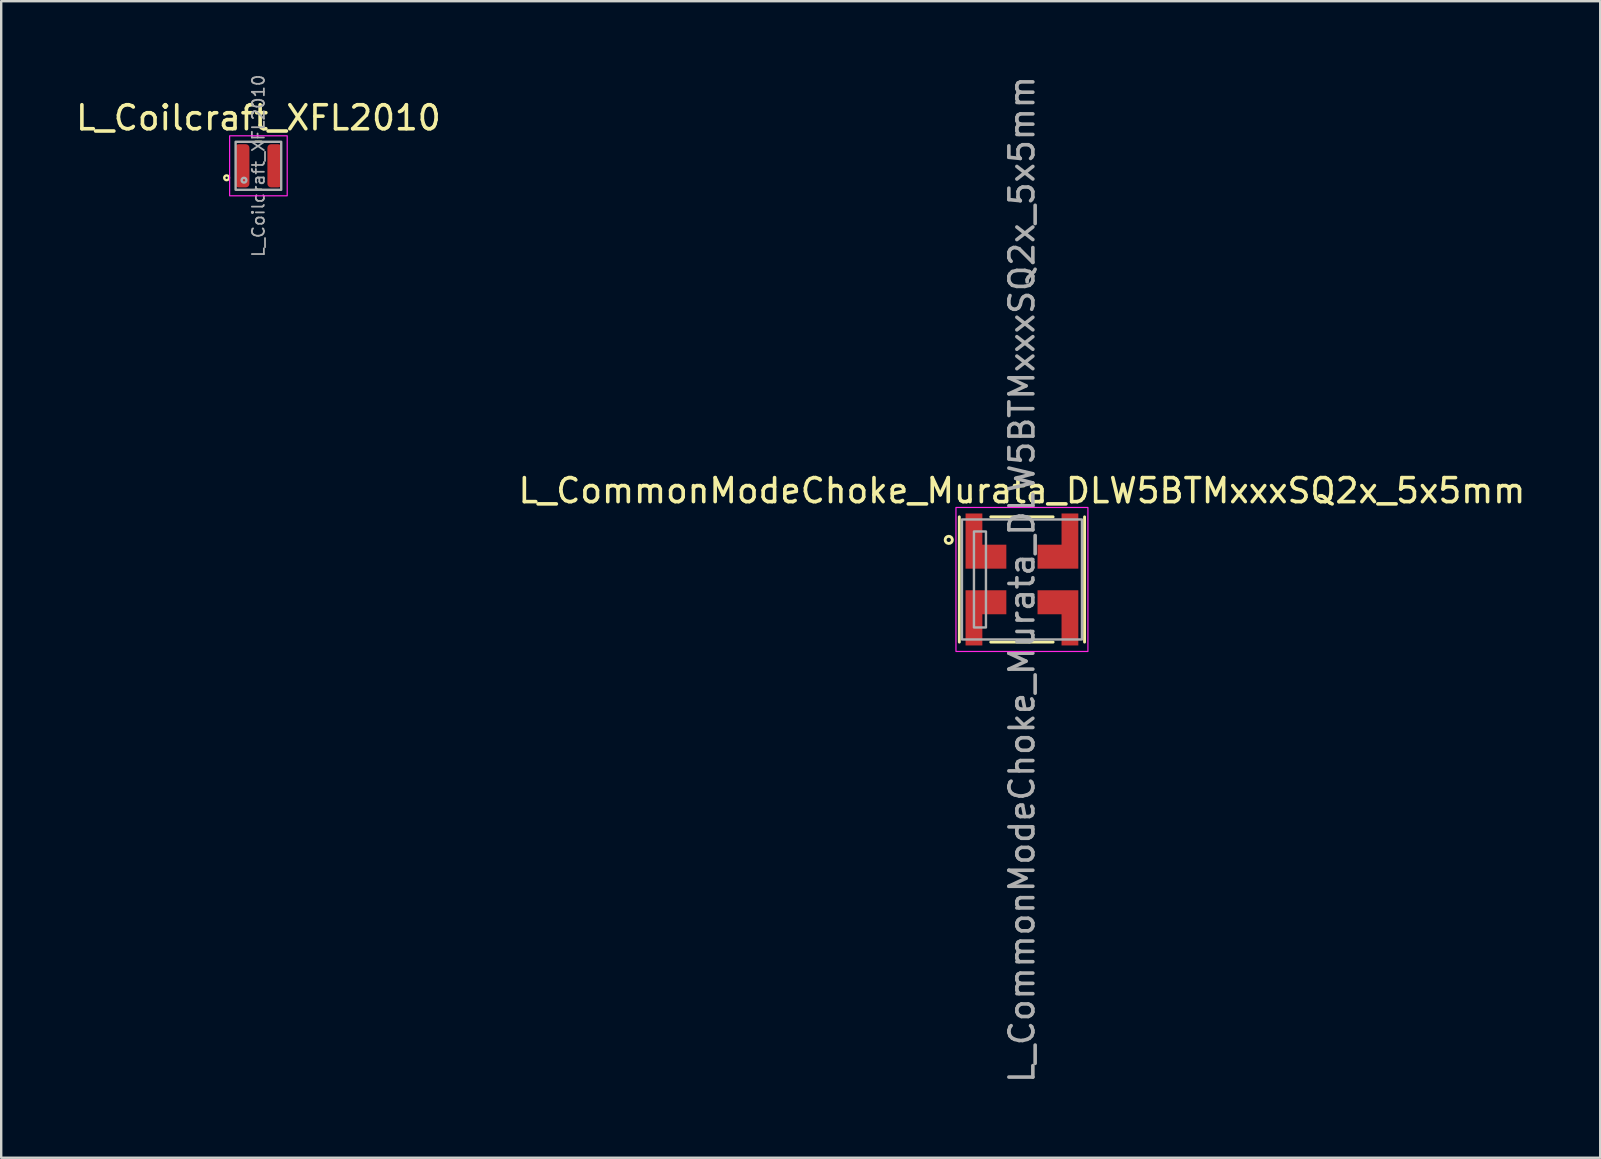
<source format=kicad_pcb>
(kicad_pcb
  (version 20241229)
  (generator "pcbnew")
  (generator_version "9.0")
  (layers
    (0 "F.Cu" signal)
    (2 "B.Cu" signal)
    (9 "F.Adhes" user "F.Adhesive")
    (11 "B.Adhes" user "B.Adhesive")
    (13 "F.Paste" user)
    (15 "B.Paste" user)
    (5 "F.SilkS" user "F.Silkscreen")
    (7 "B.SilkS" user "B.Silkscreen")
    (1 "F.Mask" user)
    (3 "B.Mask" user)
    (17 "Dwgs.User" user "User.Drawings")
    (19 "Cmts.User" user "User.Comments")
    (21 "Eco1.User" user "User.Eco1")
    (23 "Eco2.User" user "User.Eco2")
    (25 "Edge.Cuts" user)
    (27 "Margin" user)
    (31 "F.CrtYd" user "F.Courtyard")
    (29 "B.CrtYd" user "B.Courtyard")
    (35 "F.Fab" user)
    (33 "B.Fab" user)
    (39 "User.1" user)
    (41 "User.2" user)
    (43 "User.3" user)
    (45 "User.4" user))
  (footprint "L_CommonModeChoke_Murata_DLW5BTMxxxSQ2x_5x5mm"
    (layer "F.Cu")
    (at 39.542 21.101)
    (property "Reference" "L_CommonModeChoke_Murata_DLW5BTMxxxSQ2x_5x5mm" (at 0 -3.7 0) (layer "F.SilkS") (effects (font (size 1 1) (thickness 0.15))))
    (attr smd)
    (fp_line (start -2.61 -2.61) (end -2.61 2.61) (stroke (width 0.12) (type solid)) (layer "F.SilkS"))
    (fp_line (start -1.3 -2.61) (end 1.3 -2.61) (stroke (width 0.12) (type solid)) (layer "F.SilkS"))
    (fp_line (start -1.3 2.61) (end 1.3 2.61) (stroke (width 0.12) (type solid)) (layer "F.SilkS"))
    (fp_line (start 2.61 -2.61) (end 2.61 2.61) (stroke (width 0.12) (type solid)) (layer "F.SilkS"))
    (fp_circle (center -3.05 -1.65) (end -3.05 -1.5) (stroke (width 0.12) (type solid)) (fill no) (layer "F.SilkS"))
    (fp_rect (start -2.75 -3) (end 2.75 3) (stroke (width 0.05) (type default)) (fill no) (layer "F.CrtYd"))
    (fp_rect (start -2.5 -2.5) (end 2.5 2.5) (stroke (width 0.1) (type default)) (fill no) (layer "F.Fab"))
    (fp_rect (start -2 -2) (end -1.5 2) (stroke (width 0.1) (type default)) (fill no) (layer "F.Fab"))
    (fp_text user "${REFERENCE}" (at 0 0 90) (layer "F.Fab") (effects (font (size 1 1) (thickness 0.15))))
    (pad "1" smd custom (at -1.5 -0.95 270) (size 1 1.7) (layers "F.Cu" "F.Mask" "F.Paste") (options (anchor rect)) (primitives (gr_poly (pts (xy -1.8 0.85) (xy 0.5 0.85) (xy 0.5 -0.85) (xy -0.5 -0.85) (xy -0.5 0.15) (xy -1.8 0.15)) (width 0) (fill yes))))
    (pad "2" smd custom (at -1.5 0.95 270) (size 1 1.7) (layers "F.Cu" "F.Mask" "F.Paste") (options (anchor rect)) (primitives (gr_poly (pts (xy 1.8 0.85) (xy -0.5 0.85) (xy -0.5 -0.85) (xy 0.5 -0.85) (xy 0.5 0.15) (xy 1.8 0.15)) (width 0) (fill yes))))
    (pad "3" smd custom (at 1.5 0.95 90) (size 1 1.7) (layers "F.Cu" "F.Mask" "F.Paste") (options (anchor rect)) (primitives (gr_poly (pts (xy -1.8 0.85) (xy 0.5 0.85) (xy 0.5 -0.85) (xy -0.5 -0.85) (xy -0.5 0.15) (xy -1.8 0.15)) (width 0) (fill yes))))
    (pad "4" smd custom (at 1.5 -0.95 90) (size 1 1.7) (layers "F.Cu" "F.Mask" "F.Paste") (options (anchor rect)) (primitives (gr_poly (pts (xy 1.8 0.85) (xy -0.5 0.85) (xy -0.5 -0.85) (xy 0.5 -0.85) (xy 0.5 0.15) (xy 1.8 0.15)) (width 0) (fill yes)))))
  (footprint "L_Coilcraft_XFL2010"
    (layer "F.Cu")
    (at 7.72 3.86)
    (property "Reference" "L_Coilcraft_XFL2010" (at 0 -2 0) (unlocked yes) (layer "F.SilkS") (effects (font (size 1 1) (thickness 0.15))))
    (attr smd)
    (fp_line (start -0.125 -1) (end 0.125 -1) (stroke (width 0.1) (type solid)) (layer "F.SilkS"))
    (fp_line (start -0.125 1) (end 0.125 1) (stroke (width 0.1) (type solid)) (layer "F.SilkS"))
    (fp_circle (center -1.325 0.5) (end -1.225 0.5) (stroke (width 0.1) (type solid)) (fill no) (layer "F.SilkS"))
    (fp_rect (start -1.2 -1.25) (end 1.2 1.25) (stroke (width 0.05) (type default)) (fill no) (layer "F.CrtYd"))
    (fp_rect (start -0.95 -1) (end 0.95 1) (stroke (width 0.1) (type solid)) (fill no) (layer "F.Fab"))
    (fp_circle (center -0.6 0.6) (end -0.6 0.7) (stroke (width 0.1) (type solid)) (fill no) (layer "F.Fab"))
    (fp_text user "${REFERENCE}" (at 0 0 90) (unlocked yes) (layer "F.Fab") (effects (font (size 0.5 0.5) (thickness 0.075))))
    (pad "1" smd roundrect (at -0.675 0) (size 0.6 1.8) (layers "F.Cu" "F.Mask" "F.Paste") (roundrect_rratio 0.25))
    (pad "2" smd roundrect (at 0.675 0) (size 0.6 1.8) (layers "F.Cu" "F.Mask" "F.Paste") (roundrect_rratio 0.25)))
  (gr_rect
    (start -3 -3)
    (end 63.643 45.202)
    (stroke (width 0.1) (type default))
    (fill no)
    (layer "Edge.Cuts")))
</source>
